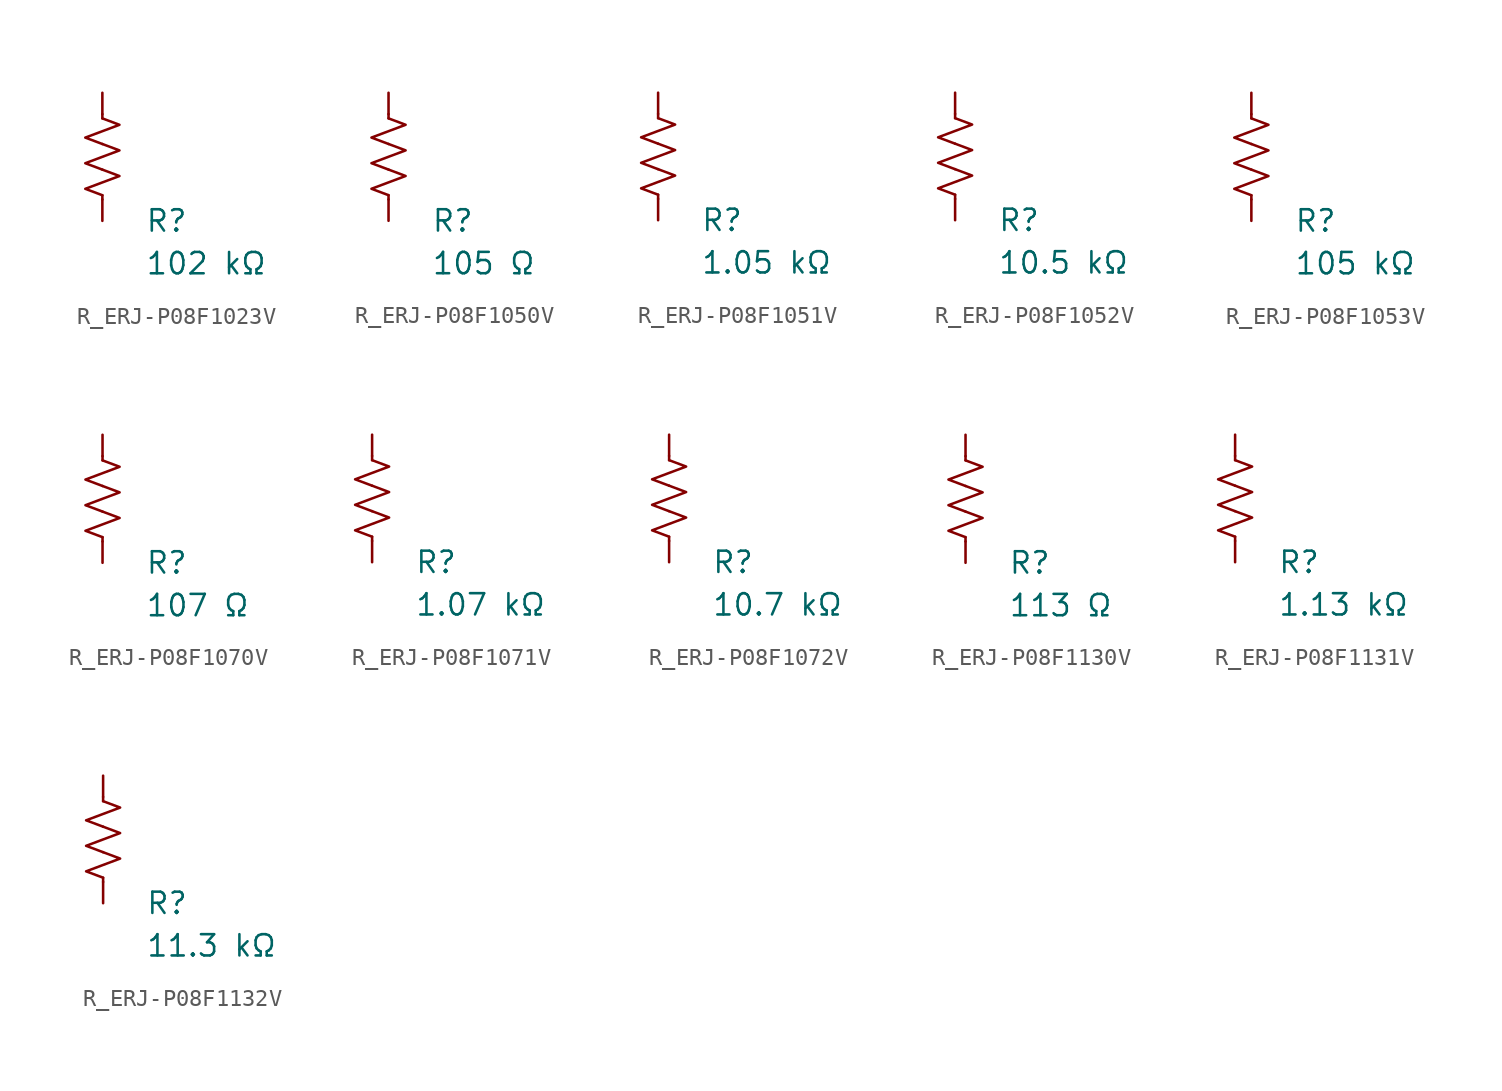
<source format=kicad_sym>
(kicad_symbol_lib
  (version 20231120)
  (generator "kicad_symbol_editor")
  (generator_version "8.0")
  (symbol "R_ERJ-P08F1023V"
    (pin_numbers hide)
    (pin_names
      (offset 0))
    (property "Reference" "R"
      (at 2.54 -3.81 0)
      (effects (font (size 1.27 1.27)) (justify left))
      (show_name no))
    (property "Value" "102 kΩ"
      (at 2.54 -6.35 0)
      (effects (font (size 1.27 1.27)) (justify left))
      (show_name no))
    (symbol "R_ERJ-P08F1023V_0_1"
      (polyline (pts (xy 0 -2.286) (xy 0 -2.54)) (stroke (width 0) (type default)) (fill (type none)))
      (polyline (pts (xy 0 2.286) (xy 0 2.54)) (stroke (width 0) (type default)) (fill (type none)))
      (polyline (pts (xy 0 -0.762) (xy 1.016 -1.143) (xy 0 -1.524) (xy -1.016 -1.905) (xy 0 -2.286)) (stroke (width 0) (type default)) (fill (type none)))
      (polyline (pts (xy 0 0.762) (xy 1.016 0.381) (xy 0 0) (xy -1.016 -0.381) (xy 0 -0.762)) (stroke (width 0) (type default)) (fill (type none)))
      (polyline (pts (xy 0 2.286) (xy 1.016 1.905) (xy 0 1.524) (xy -1.016 1.143) (xy 0 0.762)) (stroke (width 0) (type default)) (fill (type none))))
    (symbol "R_ERJ-P08F1023V_1_1"
      (pin passive line (at 0 3.81 270) (length 1.27) (name "~" (effects (font (size 1.27 1.27)))) (number "1" (effects (font (size 1.27 1.27)))))
      (pin passive line (at 0 -3.81 90) (length 1.27) (name "~" (effects (font (size 1.27 1.27)))) (number "2" (effects (font (size 1.27 1.27)))))))
  (symbol "R_ERJ-P08F1050V"
    (pin_numbers hide)
    (pin_names
      (offset 0))
    (property "Reference" "R"
      (at 2.54 -3.81 0)
      (effects (font (size 1.27 1.27)) (justify left))
      (show_name no))
    (property "Value" "105 Ω"
      (at 2.54 -6.35 0)
      (effects (font (size 1.27 1.27)) (justify left))
      (show_name no))
    (symbol "R_ERJ-P08F1050V_0_1"
      (polyline (pts (xy 0 -2.286) (xy 0 -2.54)) (stroke (width 0) (type default)) (fill (type none)))
      (polyline (pts (xy 0 2.286) (xy 0 2.54)) (stroke (width 0) (type default)) (fill (type none)))
      (polyline (pts (xy 0 -0.762) (xy 1.016 -1.143) (xy 0 -1.524) (xy -1.016 -1.905) (xy 0 -2.286)) (stroke (width 0) (type default)) (fill (type none)))
      (polyline (pts (xy 0 0.762) (xy 1.016 0.381) (xy 0 0) (xy -1.016 -0.381) (xy 0 -0.762)) (stroke (width 0) (type default)) (fill (type none)))
      (polyline (pts (xy 0 2.286) (xy 1.016 1.905) (xy 0 1.524) (xy -1.016 1.143) (xy 0 0.762)) (stroke (width 0) (type default)) (fill (type none))))
    (symbol "R_ERJ-P08F1050V_1_1"
      (pin passive line (at 0 3.81 270) (length 1.27) (name "~" (effects (font (size 1.27 1.27)))) (number "1" (effects (font (size 1.27 1.27)))))
      (pin passive line (at 0 -3.81 90) (length 1.27) (name "~" (effects (font (size 1.27 1.27)))) (number "2" (effects (font (size 1.27 1.27)))))))
  (symbol "R_ERJ-P08F1051V"
    (pin_numbers hide)
    (pin_names
      (offset 0))
    (property "Reference" "R"
      (at 2.54 -3.81 0)
      (effects (font (size 1.27 1.27)) (justify left))
      (show_name no))
    (property "Value" "1.05 kΩ"
      (at 2.54 -6.35 0)
      (effects (font (size 1.27 1.27)) (justify left))
      (show_name no))
    (symbol "R_ERJ-P08F1051V_0_1"
      (polyline (pts (xy 0 -2.286) (xy 0 -2.54)) (stroke (width 0) (type default)) (fill (type none)))
      (polyline (pts (xy 0 2.286) (xy 0 2.54)) (stroke (width 0) (type default)) (fill (type none)))
      (polyline (pts (xy 0 -0.762) (xy 1.016 -1.143) (xy 0 -1.524) (xy -1.016 -1.905) (xy 0 -2.286)) (stroke (width 0) (type default)) (fill (type none)))
      (polyline (pts (xy 0 0.762) (xy 1.016 0.381) (xy 0 0) (xy -1.016 -0.381) (xy 0 -0.762)) (stroke (width 0) (type default)) (fill (type none)))
      (polyline (pts (xy 0 2.286) (xy 1.016 1.905) (xy 0 1.524) (xy -1.016 1.143) (xy 0 0.762)) (stroke (width 0) (type default)) (fill (type none))))
    (symbol "R_ERJ-P08F1051V_1_1"
      (pin passive line (at 0 3.81 270) (length 1.27) (name "~" (effects (font (size 1.27 1.27)))) (number "1" (effects (font (size 1.27 1.27)))))
      (pin passive line (at 0 -3.81 90) (length 1.27) (name "~" (effects (font (size 1.27 1.27)))) (number "2" (effects (font (size 1.27 1.27)))))))
  (symbol "R_ERJ-P08F1052V"
    (pin_numbers hide)
    (pin_names
      (offset 0))
    (property "Reference" "R"
      (at 2.54 -3.81 0)
      (effects (font (size 1.27 1.27)) (justify left))
      (show_name no))
    (property "Value" "10.5 kΩ"
      (at 2.54 -6.35 0)
      (effects (font (size 1.27 1.27)) (justify left))
      (show_name no))
    (symbol "R_ERJ-P08F1052V_0_1"
      (polyline (pts (xy 0 -2.286) (xy 0 -2.54)) (stroke (width 0) (type default)) (fill (type none)))
      (polyline (pts (xy 0 2.286) (xy 0 2.54)) (stroke (width 0) (type default)) (fill (type none)))
      (polyline (pts (xy 0 -0.762) (xy 1.016 -1.143) (xy 0 -1.524) (xy -1.016 -1.905) (xy 0 -2.286)) (stroke (width 0) (type default)) (fill (type none)))
      (polyline (pts (xy 0 0.762) (xy 1.016 0.381) (xy 0 0) (xy -1.016 -0.381) (xy 0 -0.762)) (stroke (width 0) (type default)) (fill (type none)))
      (polyline (pts (xy 0 2.286) (xy 1.016 1.905) (xy 0 1.524) (xy -1.016 1.143) (xy 0 0.762)) (stroke (width 0) (type default)) (fill (type none))))
    (symbol "R_ERJ-P08F1052V_1_1"
      (pin passive line (at 0 3.81 270) (length 1.27) (name "~" (effects (font (size 1.27 1.27)))) (number "1" (effects (font (size 1.27 1.27)))))
      (pin passive line (at 0 -3.81 90) (length 1.27) (name "~" (effects (font (size 1.27 1.27)))) (number "2" (effects (font (size 1.27 1.27)))))))
  (symbol "R_ERJ-P08F1053V"
    (pin_numbers hide)
    (pin_names
      (offset 0))
    (property "Reference" "R"
      (at 2.54 -3.81 0)
      (effects (font (size 1.27 1.27)) (justify left))
      (show_name no))
    (property "Value" "105 kΩ"
      (at 2.54 -6.35 0)
      (effects (font (size 1.27 1.27)) (justify left))
      (show_name no))
    (symbol "R_ERJ-P08F1053V_0_1"
      (polyline (pts (xy 0 -2.286) (xy 0 -2.54)) (stroke (width 0) (type default)) (fill (type none)))
      (polyline (pts (xy 0 2.286) (xy 0 2.54)) (stroke (width 0) (type default)) (fill (type none)))
      (polyline (pts (xy 0 -0.762) (xy 1.016 -1.143) (xy 0 -1.524) (xy -1.016 -1.905) (xy 0 -2.286)) (stroke (width 0) (type default)) (fill (type none)))
      (polyline (pts (xy 0 0.762) (xy 1.016 0.381) (xy 0 0) (xy -1.016 -0.381) (xy 0 -0.762)) (stroke (width 0) (type default)) (fill (type none)))
      (polyline (pts (xy 0 2.286) (xy 1.016 1.905) (xy 0 1.524) (xy -1.016 1.143) (xy 0 0.762)) (stroke (width 0) (type default)) (fill (type none))))
    (symbol "R_ERJ-P08F1053V_1_1"
      (pin passive line (at 0 3.81 270) (length 1.27) (name "~" (effects (font (size 1.27 1.27)))) (number "1" (effects (font (size 1.27 1.27)))))
      (pin passive line (at 0 -3.81 90) (length 1.27) (name "~" (effects (font (size 1.27 1.27)))) (number "2" (effects (font (size 1.27 1.27)))))))
  (symbol "R_ERJ-P08F1070V"
    (pin_numbers hide)
    (pin_names
      (offset 0))
    (property "Reference" "R"
      (at 2.54 -3.81 0)
      (effects (font (size 1.27 1.27)) (justify left))
      (show_name no))
    (property "Value" "107 Ω"
      (at 2.54 -6.35 0)
      (effects (font (size 1.27 1.27)) (justify left))
      (show_name no))
    (symbol "R_ERJ-P08F1070V_0_1"
      (polyline (pts (xy 0 -2.286) (xy 0 -2.54)) (stroke (width 0) (type default)) (fill (type none)))
      (polyline (pts (xy 0 2.286) (xy 0 2.54)) (stroke (width 0) (type default)) (fill (type none)))
      (polyline (pts (xy 0 -0.762) (xy 1.016 -1.143) (xy 0 -1.524) (xy -1.016 -1.905) (xy 0 -2.286)) (stroke (width 0) (type default)) (fill (type none)))
      (polyline (pts (xy 0 0.762) (xy 1.016 0.381) (xy 0 0) (xy -1.016 -0.381) (xy 0 -0.762)) (stroke (width 0) (type default)) (fill (type none)))
      (polyline (pts (xy 0 2.286) (xy 1.016 1.905) (xy 0 1.524) (xy -1.016 1.143) (xy 0 0.762)) (stroke (width 0) (type default)) (fill (type none))))
    (symbol "R_ERJ-P08F1070V_1_1"
      (pin passive line (at 0 3.81 270) (length 1.27) (name "~" (effects (font (size 1.27 1.27)))) (number "1" (effects (font (size 1.27 1.27)))))
      (pin passive line (at 0 -3.81 90) (length 1.27) (name "~" (effects (font (size 1.27 1.27)))) (number "2" (effects (font (size 1.27 1.27)))))))
  (symbol "R_ERJ-P08F1071V"
    (pin_numbers hide)
    (pin_names
      (offset 0))
    (property "Reference" "R"
      (at 2.54 -3.81 0)
      (effects (font (size 1.27 1.27)) (justify left))
      (show_name no))
    (property "Value" "1.07 kΩ"
      (at 2.54 -6.35 0)
      (effects (font (size 1.27 1.27)) (justify left))
      (show_name no))
    (symbol "R_ERJ-P08F1071V_0_1"
      (polyline (pts (xy 0 -2.286) (xy 0 -2.54)) (stroke (width 0) (type default)) (fill (type none)))
      (polyline (pts (xy 0 2.286) (xy 0 2.54)) (stroke (width 0) (type default)) (fill (type none)))
      (polyline (pts (xy 0 -0.762) (xy 1.016 -1.143) (xy 0 -1.524) (xy -1.016 -1.905) (xy 0 -2.286)) (stroke (width 0) (type default)) (fill (type none)))
      (polyline (pts (xy 0 0.762) (xy 1.016 0.381) (xy 0 0) (xy -1.016 -0.381) (xy 0 -0.762)) (stroke (width 0) (type default)) (fill (type none)))
      (polyline (pts (xy 0 2.286) (xy 1.016 1.905) (xy 0 1.524) (xy -1.016 1.143) (xy 0 0.762)) (stroke (width 0) (type default)) (fill (type none))))
    (symbol "R_ERJ-P08F1071V_1_1"
      (pin passive line (at 0 3.81 270) (length 1.27) (name "~" (effects (font (size 1.27 1.27)))) (number "1" (effects (font (size 1.27 1.27)))))
      (pin passive line (at 0 -3.81 90) (length 1.27) (name "~" (effects (font (size 1.27 1.27)))) (number "2" (effects (font (size 1.27 1.27)))))))
  (symbol "R_ERJ-P08F1072V"
    (pin_numbers hide)
    (pin_names
      (offset 0))
    (property "Reference" "R"
      (at 2.54 -3.81 0)
      (effects (font (size 1.27 1.27)) (justify left))
      (show_name no))
    (property "Value" "10.7 kΩ"
      (at 2.54 -6.35 0)
      (effects (font (size 1.27 1.27)) (justify left))
      (show_name no))
    (symbol "R_ERJ-P08F1072V_0_1"
      (polyline (pts (xy 0 -2.286) (xy 0 -2.54)) (stroke (width 0) (type default)) (fill (type none)))
      (polyline (pts (xy 0 2.286) (xy 0 2.54)) (stroke (width 0) (type default)) (fill (type none)))
      (polyline (pts (xy 0 -0.762) (xy 1.016 -1.143) (xy 0 -1.524) (xy -1.016 -1.905) (xy 0 -2.286)) (stroke (width 0) (type default)) (fill (type none)))
      (polyline (pts (xy 0 0.762) (xy 1.016 0.381) (xy 0 0) (xy -1.016 -0.381) (xy 0 -0.762)) (stroke (width 0) (type default)) (fill (type none)))
      (polyline (pts (xy 0 2.286) (xy 1.016 1.905) (xy 0 1.524) (xy -1.016 1.143) (xy 0 0.762)) (stroke (width 0) (type default)) (fill (type none))))
    (symbol "R_ERJ-P08F1072V_1_1"
      (pin passive line (at 0 3.81 270) (length 1.27) (name "~" (effects (font (size 1.27 1.27)))) (number "1" (effects (font (size 1.27 1.27)))))
      (pin passive line (at 0 -3.81 90) (length 1.27) (name "~" (effects (font (size 1.27 1.27)))) (number "2" (effects (font (size 1.27 1.27)))))))
  (symbol "R_ERJ-P08F1130V"
    (pin_numbers hide)
    (pin_names
      (offset 0))
    (property "Reference" "R"
      (at 2.54 -3.81 0)
      (effects (font (size 1.27 1.27)) (justify left))
      (show_name no))
    (property "Value" "113 Ω"
      (at 2.54 -6.35 0)
      (effects (font (size 1.27 1.27)) (justify left))
      (show_name no))
    (symbol "R_ERJ-P08F1130V_0_1"
      (polyline (pts (xy 0 -2.286) (xy 0 -2.54)) (stroke (width 0) (type default)) (fill (type none)))
      (polyline (pts (xy 0 2.286) (xy 0 2.54)) (stroke (width 0) (type default)) (fill (type none)))
      (polyline (pts (xy 0 -0.762) (xy 1.016 -1.143) (xy 0 -1.524) (xy -1.016 -1.905) (xy 0 -2.286)) (stroke (width 0) (type default)) (fill (type none)))
      (polyline (pts (xy 0 0.762) (xy 1.016 0.381) (xy 0 0) (xy -1.016 -0.381) (xy 0 -0.762)) (stroke (width 0) (type default)) (fill (type none)))
      (polyline (pts (xy 0 2.286) (xy 1.016 1.905) (xy 0 1.524) (xy -1.016 1.143) (xy 0 0.762)) (stroke (width 0) (type default)) (fill (type none))))
    (symbol "R_ERJ-P08F1130V_1_1"
      (pin passive line (at 0 3.81 270) (length 1.27) (name "~" (effects (font (size 1.27 1.27)))) (number "1" (effects (font (size 1.27 1.27)))))
      (pin passive line (at 0 -3.81 90) (length 1.27) (name "~" (effects (font (size 1.27 1.27)))) (number "2" (effects (font (size 1.27 1.27)))))))
  (symbol "R_ERJ-P08F1131V"
    (pin_numbers hide)
    (pin_names
      (offset 0))
    (property "Reference" "R"
      (at 2.54 -3.81 0)
      (effects (font (size 1.27 1.27)) (justify left))
      (show_name no))
    (property "Value" "1.13 kΩ"
      (at 2.54 -6.35 0)
      (effects (font (size 1.27 1.27)) (justify left))
      (show_name no))
    (symbol "R_ERJ-P08F1131V_0_1"
      (polyline (pts (xy 0 -2.286) (xy 0 -2.54)) (stroke (width 0) (type default)) (fill (type none)))
      (polyline (pts (xy 0 2.286) (xy 0 2.54)) (stroke (width 0) (type default)) (fill (type none)))
      (polyline (pts (xy 0 -0.762) (xy 1.016 -1.143) (xy 0 -1.524) (xy -1.016 -1.905) (xy 0 -2.286)) (stroke (width 0) (type default)) (fill (type none)))
      (polyline (pts (xy 0 0.762) (xy 1.016 0.381) (xy 0 0) (xy -1.016 -0.381) (xy 0 -0.762)) (stroke (width 0) (type default)) (fill (type none)))
      (polyline (pts (xy 0 2.286) (xy 1.016 1.905) (xy 0 1.524) (xy -1.016 1.143) (xy 0 0.762)) (stroke (width 0) (type default)) (fill (type none))))
    (symbol "R_ERJ-P08F1131V_1_1"
      (pin passive line (at 0 3.81 270) (length 1.27) (name "~" (effects (font (size 1.27 1.27)))) (number "1" (effects (font (size 1.27 1.27)))))
      (pin passive line (at 0 -3.81 90) (length 1.27) (name "~" (effects (font (size 1.27 1.27)))) (number "2" (effects (font (size 1.27 1.27)))))))
  (symbol "R_ERJ-P08F1132V"
    (pin_numbers hide)
    (pin_names
      (offset 0))
    (property "Reference" "R"
      (at 2.54 -3.81 0)
      (effects (font (size 1.27 1.27)) (justify left))
      (show_name no))
    (property "Value" "11.3 kΩ"
      (at 2.54 -6.35 0)
      (effects (font (size 1.27 1.27)) (justify left))
      (show_name no))
    (symbol "R_ERJ-P08F1132V_0_1"
      (polyline (pts (xy 0 -2.286) (xy 0 -2.54)) (stroke (width 0) (type default)) (fill (type none)))
      (polyline (pts (xy 0 2.286) (xy 0 2.54)) (stroke (width 0) (type default)) (fill (type none)))
      (polyline (pts (xy 0 -0.762) (xy 1.016 -1.143) (xy 0 -1.524) (xy -1.016 -1.905) (xy 0 -2.286)) (stroke (width 0) (type default)) (fill (type none)))
      (polyline (pts (xy 0 0.762) (xy 1.016 0.381) (xy 0 0) (xy -1.016 -0.381) (xy 0 -0.762)) (stroke (width 0) (type default)) (fill (type none)))
      (polyline (pts (xy 0 2.286) (xy 1.016 1.905) (xy 0 1.524) (xy -1.016 1.143) (xy 0 0.762)) (stroke (width 0) (type default)) (fill (type none))))
    (symbol "R_ERJ-P08F1132V_1_1"
      (pin passive line (at 0 3.81 270) (length 1.27) (name "~" (effects (font (size 1.27 1.27)))) (number "1" (effects (font (size 1.27 1.27)))))
      (pin passive line (at 0 -3.81 90) (length 1.27) (name "~" (effects (font (size 1.27 1.27)))) (number "2" (effects (font (size 1.27 1.27))))))))
</source>
